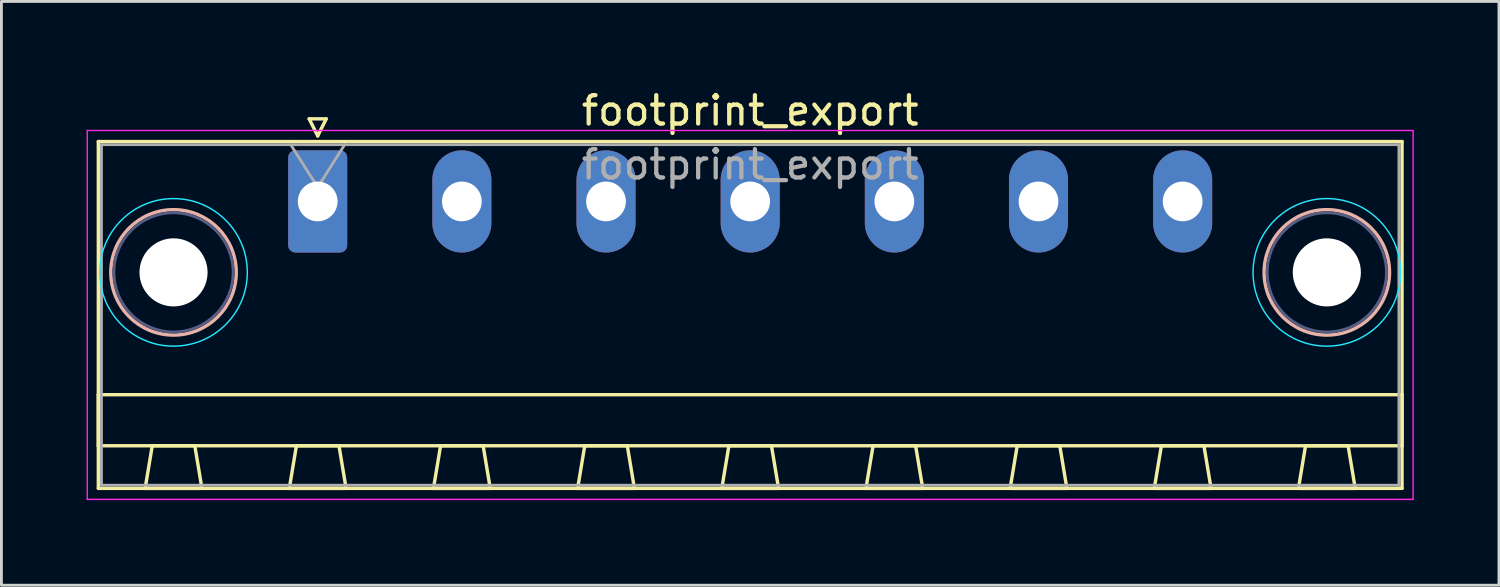
<source format=kicad_pcb>
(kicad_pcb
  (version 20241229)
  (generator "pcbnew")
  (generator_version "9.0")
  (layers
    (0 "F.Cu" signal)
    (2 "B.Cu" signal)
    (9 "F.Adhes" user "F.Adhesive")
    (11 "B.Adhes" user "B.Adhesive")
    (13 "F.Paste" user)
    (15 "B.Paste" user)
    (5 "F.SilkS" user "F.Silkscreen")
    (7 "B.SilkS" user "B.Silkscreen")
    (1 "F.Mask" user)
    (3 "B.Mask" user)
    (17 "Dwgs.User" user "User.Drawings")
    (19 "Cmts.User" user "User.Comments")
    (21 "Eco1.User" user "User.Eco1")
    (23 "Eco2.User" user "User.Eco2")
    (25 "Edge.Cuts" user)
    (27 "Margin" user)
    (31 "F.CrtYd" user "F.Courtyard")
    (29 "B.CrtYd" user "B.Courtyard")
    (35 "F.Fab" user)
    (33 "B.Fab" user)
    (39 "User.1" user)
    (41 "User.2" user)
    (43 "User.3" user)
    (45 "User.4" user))
  (footprint "footprint_export"
    (layer "F.Cu")
    (at 8.145 4.048)
    (property "Reference" "footprint_export" (at 15.24 -3.2 0) (layer "F.SilkS") (effects (font (size 1 1) (thickness 0.15))))
    (attr through_hole)
    (fp_line (start -7.73 -2.11) (end -7.73 10.11) (stroke (width 0.12) (type solid)) (layer "F.SilkS"))
    (fp_line (start -7.73 6.81) (end 38.21 6.81) (stroke (width 0.12) (type solid)) (layer "F.SilkS"))
    (fp_line (start -7.73 8.61) (end -7.73 6.81) (stroke (width 0.12) (type solid)) (layer "F.SilkS"))
    (fp_line (start -7.73 10.11) (end 38.21 10.11) (stroke (width 0.12) (type solid)) (layer "F.SilkS"))
    (fp_line (start -6.08 10.11) (end -4.08 10.11) (stroke (width 0.12) (type solid)) (layer "F.SilkS"))
    (fp_line (start -5.83 8.61) (end -6.08 10.11) (stroke (width 0.12) (type solid)) (layer "F.SilkS"))
    (fp_line (start -4.33 8.61) (end -5.83 8.61) (stroke (width 0.12) (type solid)) (layer "F.SilkS"))
    (fp_line (start -4.08 10.11) (end -4.33 8.61) (stroke (width 0.12) (type solid)) (layer "F.SilkS"))
    (fp_line (start -1 10.11) (end 1 10.11) (stroke (width 0.12) (type solid)) (layer "F.SilkS"))
    (fp_line (start -0.75 8.61) (end -1 10.11) (stroke (width 0.12) (type solid)) (layer "F.SilkS"))
    (fp_line (start -0.3 -2.91) (end 0.3 -2.91) (stroke (width 0.12) (type solid)) (layer "F.SilkS"))
    (fp_line (start 0 -2.31) (end -0.3 -2.91) (stroke (width 0.12) (type solid)) (layer "F.SilkS"))
    (fp_line (start 0.3 -2.91) (end 0 -2.31) (stroke (width 0.12) (type solid)) (layer "F.SilkS"))
    (fp_line (start 0.75 8.61) (end -0.75 8.61) (stroke (width 0.12) (type solid)) (layer "F.SilkS"))
    (fp_line (start 1 10.11) (end 0.75 8.61) (stroke (width 0.12) (type solid)) (layer "F.SilkS"))
    (fp_line (start 4.08 10.11) (end 6.08 10.11) (stroke (width 0.12) (type solid)) (layer "F.SilkS"))
    (fp_line (start 4.33 8.61) (end 4.08 10.11) (stroke (width 0.12) (type solid)) (layer "F.SilkS"))
    (fp_line (start 5.83 8.61) (end 4.33 8.61) (stroke (width 0.12) (type solid)) (layer "F.SilkS"))
    (fp_line (start 6.08 10.11) (end 5.83 8.61) (stroke (width 0.12) (type solid)) (layer "F.SilkS"))
    (fp_line (start 9.16 10.11) (end 11.16 10.11) (stroke (width 0.12) (type solid)) (layer "F.SilkS"))
    (fp_line (start 9.41 8.61) (end 9.16 10.11) (stroke (width 0.12) (type solid)) (layer "F.SilkS"))
    (fp_line (start 10.91 8.61) (end 9.41 8.61) (stroke (width 0.12) (type solid)) (layer "F.SilkS"))
    (fp_line (start 11.16 10.11) (end 10.91 8.61) (stroke (width 0.12) (type solid)) (layer "F.SilkS"))
    (fp_line (start 14.24 10.11) (end 16.24 10.11) (stroke (width 0.12) (type solid)) (layer "F.SilkS"))
    (fp_line (start 14.49 8.61) (end 14.24 10.11) (stroke (width 0.12) (type solid)) (layer "F.SilkS"))
    (fp_line (start 15.99 8.61) (end 14.49 8.61) (stroke (width 0.12) (type solid)) (layer "F.SilkS"))
    (fp_line (start 16.24 10.11) (end 15.99 8.61) (stroke (width 0.12) (type solid)) (layer "F.SilkS"))
    (fp_line (start 19.32 10.11) (end 21.32 10.11) (stroke (width 0.12) (type solid)) (layer "F.SilkS"))
    (fp_line (start 19.57 8.61) (end 19.32 10.11) (stroke (width 0.12) (type solid)) (layer "F.SilkS"))
    (fp_line (start 21.07 8.61) (end 19.57 8.61) (stroke (width 0.12) (type solid)) (layer "F.SilkS"))
    (fp_line (start 21.32 10.11) (end 21.07 8.61) (stroke (width 0.12) (type solid)) (layer "F.SilkS"))
    (fp_line (start 24.4 10.11) (end 26.4 10.11) (stroke (width 0.12) (type solid)) (layer "F.SilkS"))
    (fp_line (start 24.65 8.61) (end 24.4 10.11) (stroke (width 0.12) (type solid)) (layer "F.SilkS"))
    (fp_line (start 26.15 8.61) (end 24.65 8.61) (stroke (width 0.12) (type solid)) (layer "F.SilkS"))
    (fp_line (start 26.4 10.11) (end 26.15 8.61) (stroke (width 0.12) (type solid)) (layer "F.SilkS"))
    (fp_line (start 29.48 10.11) (end 31.48 10.11) (stroke (width 0.12) (type solid)) (layer "F.SilkS"))
    (fp_line (start 29.73 8.61) (end 29.48 10.11) (stroke (width 0.12) (type solid)) (layer "F.SilkS"))
    (fp_line (start 31.23 8.61) (end 29.73 8.61) (stroke (width 0.12) (type solid)) (layer "F.SilkS"))
    (fp_line (start 31.48 10.11) (end 31.23 8.61) (stroke (width 0.12) (type solid)) (layer "F.SilkS"))
    (fp_line (start 34.56 10.11) (end 36.56 10.11) (stroke (width 0.12) (type solid)) (layer "F.SilkS"))
    (fp_line (start 34.81 8.61) (end 34.56 10.11) (stroke (width 0.12) (type solid)) (layer "F.SilkS"))
    (fp_line (start 36.31 8.61) (end 34.81 8.61) (stroke (width 0.12) (type solid)) (layer "F.SilkS"))
    (fp_line (start 36.56 10.11) (end 36.31 8.61) (stroke (width 0.12) (type solid)) (layer "F.SilkS"))
    (fp_line (start 38.21 -2.11) (end -7.73 -2.11) (stroke (width 0.12) (type solid)) (layer "F.SilkS"))
    (fp_line (start 38.21 6.81) (end 38.21 8.61) (stroke (width 0.12) (type solid)) (layer "F.SilkS"))
    (fp_line (start 38.21 8.61) (end -7.73 8.61) (stroke (width 0.12) (type solid)) (layer "F.SilkS"))
    (fp_line (start 38.21 10.11) (end 38.21 -2.11) (stroke (width 0.12) (type solid)) (layer "F.SilkS"))
    (fp_circle (center -5.08 2.5) (end -2.87 2.5) (stroke (width 0.12) (type solid)) (fill no) (layer "B.SilkS"))
    (fp_circle (center 35.56 2.5) (end 37.77 2.5) (stroke (width 0.12) (type solid)) (fill no) (layer "B.SilkS"))
    (fp_circle (center -5.08 2.5) (end -2.48 2.5) (stroke (width 0.05) (type solid)) (fill no) (layer "B.CrtYd"))
    (fp_circle (center 35.56 2.5) (end 38.16 2.5) (stroke (width 0.05) (type solid)) (fill no) (layer "B.CrtYd"))
    (fp_line (start -8.12 -2.5) (end -8.12 10.5) (stroke (width 0.05) (type solid)) (layer "F.CrtYd"))
    (fp_line (start -8.12 10.5) (end 38.6 10.5) (stroke (width 0.05) (type solid)) (layer "F.CrtYd"))
    (fp_line (start 38.6 -2.5) (end -8.12 -2.5) (stroke (width 0.05) (type solid)) (layer "F.CrtYd"))
    (fp_line (start 38.6 10.5) (end 38.6 -2.5) (stroke (width 0.05) (type solid)) (layer "F.CrtYd"))
    (fp_circle (center -5.08 2.5) (end -2.98 2.5) (stroke (width 0.1) (type solid)) (fill no) (layer "B.Fab"))
    (fp_circle (center 35.56 2.5) (end 37.66 2.5) (stroke (width 0.1) (type solid)) (fill no) (layer "B.Fab"))
    (fp_line (start -7.62 -2) (end -7.62 10) (stroke (width 0.1) (type solid)) (layer "F.Fab"))
    (fp_line (start -7.62 10) (end 38.1 10) (stroke (width 0.1) (type solid)) (layer "F.Fab"))
    (fp_line (start 0 -0.5) (end -0.95 -2) (stroke (width 0.1) (type solid)) (layer "F.Fab"))
    (fp_line (start 0.95 -2) (end 0 -0.5) (stroke (width 0.1) (type solid)) (layer "F.Fab"))
    (fp_line (start 38.1 -2) (end -7.62 -2) (stroke (width 0.1) (type solid)) (layer "F.Fab"))
    (fp_line (start 38.1 10) (end 38.1 -2) (stroke (width 0.1) (type solid)) (layer "F.Fab"))
    (fp_text user "${REFERENCE}" (at 15.24 -1.3 0) (layer "F.Fab") (effects (font (size 1 1) (thickness 0.15))))
    (pad "" np_thru_hole circle (at -5.08 2.5) (size 2.4 2.4) (drill 2.4) (layers "*.Cu" "*.Mask"))
    (pad "" np_thru_hole circle (at 35.56 2.5) (size 2.4 2.4) (drill 2.4) (layers "*.Cu" "*.Mask"))
    (pad "1" thru_hole roundrect (at 0 0) (size 2.08 3.6) (drill 1.4) (layers "*.Cu" "*.Mask") (roundrect_rratio 0.12))
    (pad "2" thru_hole oval (at 5.08 0) (size 2.08 3.6) (drill 1.4) (layers "*.Cu" "*.Mask"))
    (pad "3" thru_hole oval (at 10.16 0) (size 2.08 3.6) (drill 1.4) (layers "*.Cu" "*.Mask"))
    (pad "4" thru_hole oval (at 15.24 0) (size 2.08 3.6) (drill 1.4) (layers "*.Cu" "*.Mask"))
    (pad "5" thru_hole oval (at 20.32 0) (size 2.08 3.6) (drill 1.4) (layers "*.Cu" "*.Mask"))
    (pad "6" thru_hole oval (at 25.4 0) (size 2.08 3.6) (drill 1.4) (layers "*.Cu" "*.Mask"))
    (pad "7" thru_hole oval (at 30.48 0) (size 2.08 3.6) (drill 1.4) (layers "*.Cu" "*.Mask")))
  (gr_rect
    (start -3 -3)
    (end 49.77 17.573)
    (stroke (width 0.1) (type default))
    (fill no)
    (layer "Edge.Cuts")))
</source>
